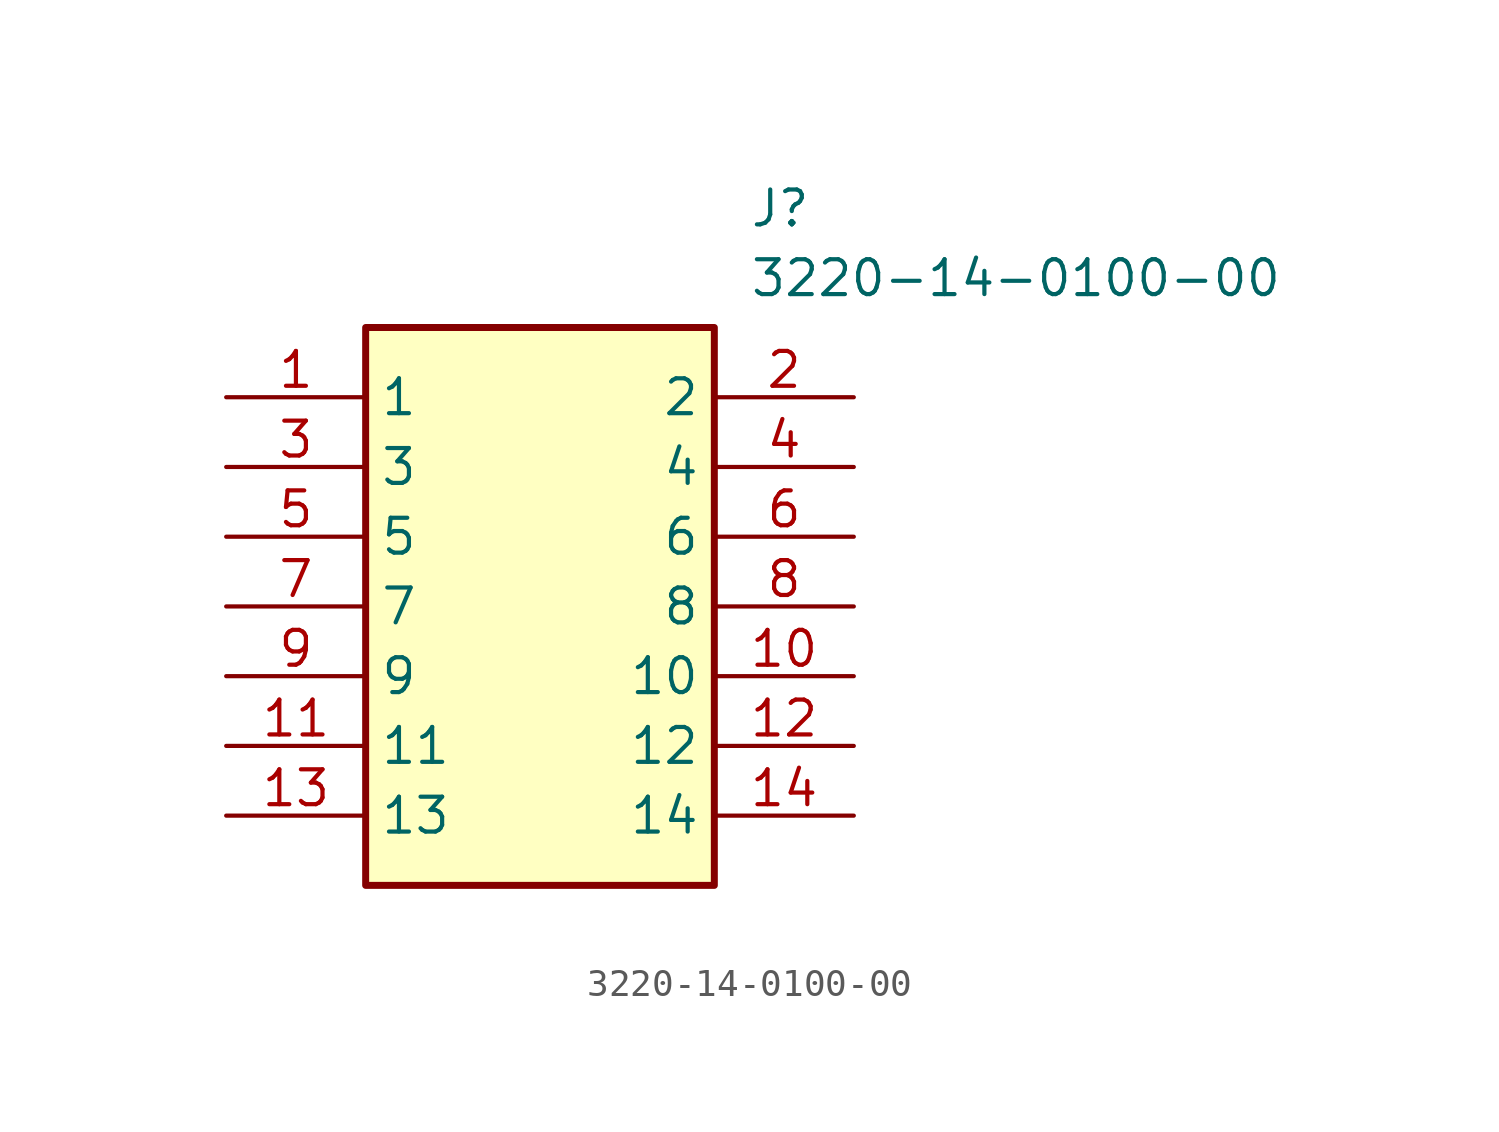
<source format=kicad_sym>
(kicad_symbol_lib
  (version 20241209)
  (generator "kicad_symbol_editor")
  (generator_version "9.0")
  (symbol "3220-14-0100-00"
    (property "Reference" "J"
      (at 19.05 7.62 0)
      (effects (font (size 1.27 1.27)) (justify left top)))
    (property "Value" "3220-14-0100-00"
      (at 19.05 5.08 0)
      (effects (font (size 1.27 1.27)) (justify left top)))
    (symbol "3220-14-0100-00_1_1"
      (rectangle (start 5.08 2.54) (end 17.78 -17.78) (stroke (width 0.254) (type default)) (fill (type background)))
      (pin passive line (at 0 0 0) (length 5.08) (name "1" (effects (font (size 1.27 1.27)))) (number "1" (effects (font (size 1.27 1.27)))))
      (pin passive line (at 0 -2.54 0) (length 5.08) (name "3" (effects (font (size 1.27 1.27)))) (number "3" (effects (font (size 1.27 1.27)))))
      (pin passive line (at 0 -5.08 0) (length 5.08) (name "5" (effects (font (size 1.27 1.27)))) (number "5" (effects (font (size 1.27 1.27)))))
      (pin passive line (at 0 -7.62 0) (length 5.08) (name "7" (effects (font (size 1.27 1.27)))) (number "7" (effects (font (size 1.27 1.27)))))
      (pin passive line (at 0 -10.16 0) (length 5.08) (name "9" (effects (font (size 1.27 1.27)))) (number "9" (effects (font (size 1.27 1.27)))))
      (pin passive line (at 0 -12.7 0) (length 5.08) (name "11" (effects (font (size 1.27 1.27)))) (number "11" (effects (font (size 1.27 1.27)))))
      (pin passive line (at 0 -15.24 0) (length 5.08) (name "13" (effects (font (size 1.27 1.27)))) (number "13" (effects (font (size 1.27 1.27)))))
      (pin passive line (at 22.86 0 180) (length 5.08) (name "2" (effects (font (size 1.27 1.27)))) (number "2" (effects (font (size 1.27 1.27)))))
      (pin passive line (at 22.86 -2.54 180) (length 5.08) (name "4" (effects (font (size 1.27 1.27)))) (number "4" (effects (font (size 1.27 1.27)))))
      (pin passive line (at 22.86 -5.08 180) (length 5.08) (name "6" (effects (font (size 1.27 1.27)))) (number "6" (effects (font (size 1.27 1.27)))))
      (pin passive line (at 22.86 -7.62 180) (length 5.08) (name "8" (effects (font (size 1.27 1.27)))) (number "8" (effects (font (size 1.27 1.27)))))
      (pin passive line (at 22.86 -10.16 180) (length 5.08) (name "10" (effects (font (size 1.27 1.27)))) (number "10" (effects (font (size 1.27 1.27)))))
      (pin passive line (at 22.86 -12.7 180) (length 5.08) (name "12" (effects (font (size 1.27 1.27)))) (number "12" (effects (font (size 1.27 1.27)))))
      (pin passive line (at 22.86 -15.24 180) (length 5.08) (name "14" (effects (font (size 1.27 1.27)))) (number "14" (effects (font (size 1.27 1.27))))))))
</source>
